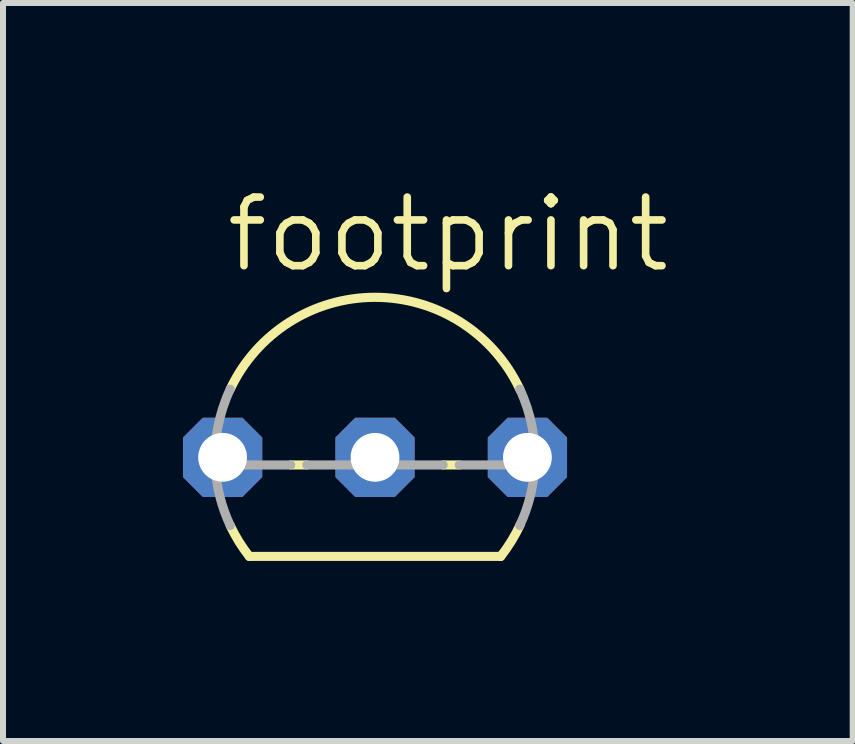
<source format=kicad_pcb>
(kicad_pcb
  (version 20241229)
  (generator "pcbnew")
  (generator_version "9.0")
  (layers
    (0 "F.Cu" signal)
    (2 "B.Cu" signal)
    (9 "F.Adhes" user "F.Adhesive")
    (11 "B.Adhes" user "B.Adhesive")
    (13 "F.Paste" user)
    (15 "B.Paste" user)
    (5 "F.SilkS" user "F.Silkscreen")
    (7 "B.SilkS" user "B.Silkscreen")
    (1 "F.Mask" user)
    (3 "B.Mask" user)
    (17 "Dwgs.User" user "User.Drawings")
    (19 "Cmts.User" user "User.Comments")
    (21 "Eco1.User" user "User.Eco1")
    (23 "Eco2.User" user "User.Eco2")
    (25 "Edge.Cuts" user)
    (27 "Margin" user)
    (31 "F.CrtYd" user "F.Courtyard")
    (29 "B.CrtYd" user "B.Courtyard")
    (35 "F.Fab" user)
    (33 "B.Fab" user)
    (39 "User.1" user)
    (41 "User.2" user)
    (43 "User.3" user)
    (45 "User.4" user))
  (footprint "footprint"
    (layer "F.Cu")
    (at 3.2 4.572)
    (property "Reference" "footprint" (at -2.54 -3.048 0) (layer "F.SilkS") (effects (font (size 1.143 1.143) (thickness 0.127)) (justify left bottom)))
    (fp_line (start -2.095 1.651) (end 2.095 1.651) (stroke (width 0.152) (type solid)) (layer "F.SilkS"))
    (fp_line (start -1.136 0.127) (end -1.404 0.127) (stroke (width 0.152) (type solid)) (layer "F.SilkS"))
    (fp_line (start 1.404 0.127) (end 1.136 0.127) (stroke (width 0.152) (type solid)) (layer "F.SilkS"))
    (fp_arc (start -2.413 -1.1359) (mid 0 -2.66699) (end 2.413 -1.1359) (stroke (width 0.1524) (type solid)) (layer "F.SilkS"))
    (fp_arc (start -2.095 1.651) (mid -2.268918 1.40252) (end -2.4135 1.1359) (stroke (width 0.1524) (type solid)) (layer "F.SilkS"))
    (fp_arc (start 2.4247 1.1118) (mid 2.275878 1.391201) (end 2.095 1.651) (stroke (width 0.1524) (type solid)) (layer "F.SilkS"))
    (fp_line (start -1.404 0.127) (end -2.664 0.127) (stroke (width 0.152) (type solid)) (layer "F.Fab"))
    (fp_line (start 1.136 0.127) (end -1.136 0.127) (stroke (width 0.152) (type solid)) (layer "F.Fab"))
    (fp_line (start 2.664 0.127) (end 1.404 0.127) (stroke (width 0.152) (type solid)) (layer "F.Fab"))
    (fp_arc (start -2.664 0.127) (mid -2.615858 -0.519825) (end -2.413 -1.1359) (stroke (width 0.1524) (type solid)) (layer "F.Fab"))
    (fp_arc (start -2.413 1.1359) (mid -2.588137 0.643799) (end -2.664 0.127) (stroke (width 0.1524) (type solid)) (layer "F.Fab"))
    (fp_arc (start 2.413 -1.1359) (mid 2.615858 -0.519825) (end 2.664 0.127) (stroke (width 0.1524) (type solid)) (layer "F.Fab"))
    (fp_arc (start 2.664 0.127) (mid 2.588137 0.643799) (end 2.413 1.1359) (stroke (width 0.1524) (type solid)) (layer "F.Fab"))
    (pad "1" thru_hole roundrect (at -2.54 0) (size 1.321 1.321) (drill 0.813) (layers "*.Cu" "*.Mask") (roundrect_rratio 0.25) (chamfer_ratio 0.25) (chamfer top_left top_right bottom_left bottom_right))
    (pad "2" thru_hole roundrect (at 0 0) (size 1.321 1.321) (drill 0.813) (layers "*.Cu" "*.Mask") (roundrect_rratio 0.25) (chamfer_ratio 0.25) (chamfer top_left top_right bottom_left bottom_right))
    (pad "3" thru_hole roundrect (at 2.54 0) (size 1.321 1.321) (drill 0.813) (layers "*.Cu" "*.Mask") (roundrect_rratio 0.25) (chamfer_ratio 0.25) (chamfer top_left top_right bottom_left bottom_right)))
  (gr_rect
    (start -3 -3)
    (end 11.161 9.299)
    (stroke (width 0.1) (type default))
    (fill no)
    (layer "Edge.Cuts")))
</source>
